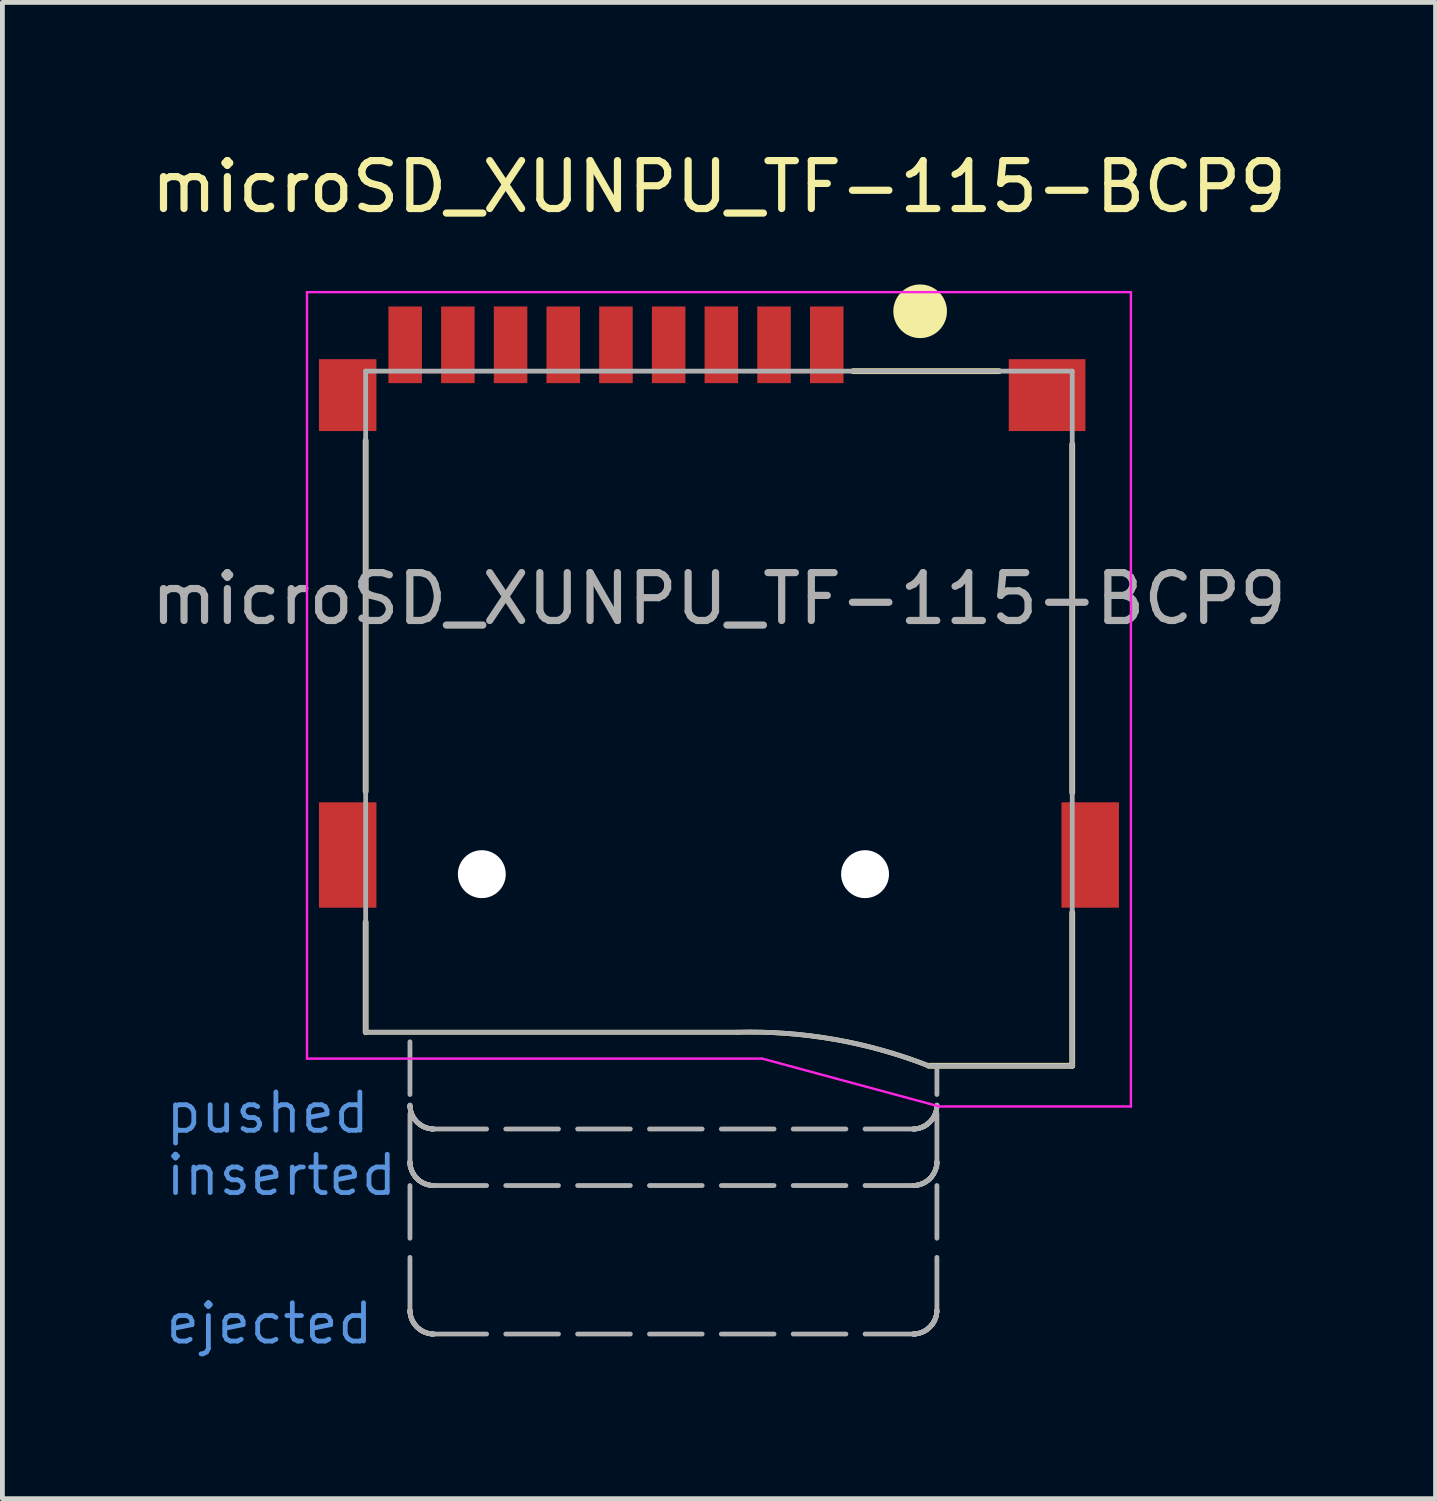
<source format=kicad_pcb>
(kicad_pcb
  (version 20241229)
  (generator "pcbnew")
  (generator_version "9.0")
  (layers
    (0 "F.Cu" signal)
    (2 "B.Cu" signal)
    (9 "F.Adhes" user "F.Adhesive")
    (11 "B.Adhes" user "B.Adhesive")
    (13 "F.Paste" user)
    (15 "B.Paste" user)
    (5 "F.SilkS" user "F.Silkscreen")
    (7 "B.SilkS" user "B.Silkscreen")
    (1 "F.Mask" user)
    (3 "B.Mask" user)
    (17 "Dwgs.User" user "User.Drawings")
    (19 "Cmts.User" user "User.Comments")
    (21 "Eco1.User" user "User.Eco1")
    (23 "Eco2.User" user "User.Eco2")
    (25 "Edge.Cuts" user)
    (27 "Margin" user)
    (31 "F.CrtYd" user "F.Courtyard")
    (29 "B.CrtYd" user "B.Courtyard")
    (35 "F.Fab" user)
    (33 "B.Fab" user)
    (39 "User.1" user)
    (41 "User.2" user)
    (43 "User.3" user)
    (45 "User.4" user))
  (footprint "microSD_XUNPU_TF-115-BCP9"
    (layer "F.Cu")
    (at 11.958 9.448)
    (property "Reference" "microSD_XUNPU_TF-115-BCP9" (at 0 -8.6 0) (unlocked yes) (layer "F.SilkS") (effects (font (size 1 1) (thickness 0.15))))
    (attr smd)
    (fp_line (start -7.375 4.025) (end -7.375 -3.3) (stroke (width 0.12) (type default)) (layer "F.SilkS"))
    (fp_line (start -7.375 9.05) (end -7.375 6.75) (stroke (width 0.12) (type default)) (layer "F.SilkS"))
    (fp_line (start -7.375 9.05) (end 0.375 9.05) (stroke (width 0.1) (type default)) (layer "F.SilkS"))
    (fp_line (start 2.8 -4.75) (end 5.85 -4.75) (stroke (width 0.12) (type default)) (layer "F.SilkS"))
    (fp_line (start 7.375 -3.225) (end 7.375 4.05) (stroke (width 0.12) (type default)) (layer "F.SilkS"))
    (fp_line (start 7.375 6.55) (end 7.375 9.75) (stroke (width 0.12) (type default)) (layer "F.SilkS"))
    (fp_line (start 7.375 9.75) (end 4.375 9.75) (stroke (width 0.12) (type default)) (layer "F.SilkS"))
    (fp_arc (start 0.375 9.05) (mid 2.47 9.21) (end 4.375 9.75) (stroke (width 0.1) (type solid)) (layer "F.SilkS"))
    (fp_circle (center 4.2 -6) (end 4.6 -6.3) (stroke (width 0.12) (type default)) (fill yes) (layer "F.SilkS"))
    (fp_line (start -8.6 -6.4) (end -8.6 9.6) (stroke (width 0.05) (type default)) (layer "F.CrtYd"))
    (fp_line (start -8.6 9.6) (end 0.9 9.6) (stroke (width 0.05) (type default)) (layer "F.CrtYd"))
    (fp_line (start 0.9 9.6) (end 4.6 10.6) (stroke (width 0.05) (type default)) (layer "F.CrtYd"))
    (fp_line (start 4.6 10.6) (end 8.6 10.6) (stroke (width 0.05) (type default)) (layer "F.CrtYd"))
    (fp_line (start 8.6 -6.4) (end -8.6 -6.4) (stroke (width 0.05) (type default)) (layer "F.CrtYd"))
    (fp_line (start 8.6 10.6) (end 8.6 -6.4) (stroke (width 0.05) (type default)) (layer "F.CrtYd"))
    (fp_line (start -7.375 -4.75) (end 7.375 -4.75) (stroke (width 0.1) (type solid)) (layer "F.Fab"))
    (fp_line (start -7.375 9.05) (end -7.375 -4.75) (stroke (width 0.1) (type solid)) (layer "F.Fab"))
    (fp_line (start -7.375 9.05) (end 0.375 9.05) (stroke (width 0.1) (type default)) (layer "F.Fab"))
    (fp_line (start -6.45 14.85) (end -6.45 9.1) (stroke (width 0.1) (type dash)) (layer "F.Fab"))
    (fp_line (start -5.95 11.07) (end 4.05 11.07) (stroke (width 0.1) (type dash)) (layer "F.Fab"))
    (fp_line (start -5.95 12.25) (end 4.05 12.25) (stroke (width 0.1) (type dash)) (layer "F.Fab"))
    (fp_line (start -5.95 15.35) (end 4.05 15.35) (stroke (width 0.1) (type dash)) (layer "F.Fab"))
    (fp_line (start 4.55 14.85) (end 4.55 9.8) (stroke (width 0.1) (type dash)) (layer "F.Fab"))
    (fp_line (start 7.375 -4.75) (end 7.375 9.75) (stroke (width 0.1) (type solid)) (layer "F.Fab"))
    (fp_line (start 7.375 9.75) (end 4.375 9.75) (stroke (width 0.1) (type default)) (layer "F.Fab"))
    (fp_arc (start -5.95 11.07) (mid -6.303553 10.923553) (end -6.45 10.57) (stroke (width 0.1) (type dash)) (layer "F.Fab"))
    (fp_arc (start -5.95 12.25) (mid -6.303553 12.103553) (end -6.45 11.75) (stroke (width 0.1) (type dash)) (layer "F.Fab"))
    (fp_arc (start -5.95 15.35) (mid -6.303553 15.203553) (end -6.45 14.85) (stroke (width 0.1) (type dash)) (layer "F.Fab"))
    (fp_arc (start 0.375 9.05) (mid 2.47 9.21) (end 4.375 9.75) (stroke (width 0.1) (type solid)) (layer "F.Fab"))
    (fp_arc (start 4.55 10.57) (mid 4.403553 10.923553) (end 4.05 11.07) (stroke (width 0.1) (type dash)) (layer "F.Fab"))
    (fp_arc (start 4.55 11.75) (mid 4.403553 12.103553) (end 4.05 12.25) (stroke (width 0.1) (type dash)) (layer "F.Fab"))
    (fp_arc (start 4.55 14.85) (mid 4.403553 15.203553) (end 4.05 15.35) (stroke (width 0.1) (type dash)) (layer "F.Fab"))
    (fp_text user "pushed" (at -11.6 11.2 0) (unlocked yes) (layer "Cmts.User") (effects (font (size 0.8 0.8) (thickness 0.1)) (justify left bottom)))
    (fp_text user "inserted" (at -11.6 12.5 0) (unlocked yes) (layer "Cmts.User") (effects (font (size 0.8 0.8) (thickness 0.1)) (justify left bottom)))
    (fp_text user "ejected" (at -11.6 15.6 0) (unlocked yes) (layer "Cmts.User") (effects (font (size 0.8 0.8) (thickness 0.1)) (justify left bottom)))
    (fp_text user "${REFERENCE}" (at 0 0 0) (unlocked yes) (layer "F.Fab") (effects (font (size 1 1) (thickness 0.15))))
    (pad "" np_thru_hole circle (at -4.95 5.75) (size 1 1) (drill 1) (layers "*.Cu" "*.Mask"))
    (pad "" np_thru_hole circle (at 3.05 5.75) (size 1 1) (drill 1) (layers "*.Cu" "*.Mask"))
    (pad "1" smd rect (at 2.25 -5.3) (size 0.7 1.6) (layers "F.Cu" "F.Mask" "F.Paste"))
    (pad "2" smd rect (at 1.15 -5.3) (size 0.7 1.6) (layers "F.Cu" "F.Mask" "F.Paste"))
    (pad "3" smd rect (at 0.05 -5.3) (size 0.7 1.6) (layers "F.Cu" "F.Mask" "F.Paste"))
    (pad "4" smd rect (at -1.05 -5.3) (size 0.7 1.6) (layers "F.Cu" "F.Mask" "F.Paste"))
    (pad "5" smd rect (at -2.15 -5.3) (size 0.7 1.6) (layers "F.Cu" "F.Mask" "F.Paste"))
    (pad "6" smd rect (at -3.25 -5.3) (size 0.7 1.6) (layers "F.Cu" "F.Mask" "F.Paste"))
    (pad "7" smd rect (at -4.35 -5.3) (size 0.7 1.6) (layers "F.Cu" "F.Mask" "F.Paste"))
    (pad "8" smd rect (at -5.45 -5.3) (size 0.7 1.6) (layers "F.Cu" "F.Mask" "F.Paste"))
    (pad "9" smd rect (at -6.55 -5.3) (size 0.7 1.6) (layers "F.Cu" "F.Mask" "F.Paste"))
    (pad "10" smd rect (at -7.75 -4.25) (size 1.2 1.5) (layers "F.Cu" "F.Mask" "F.Paste"))
    (pad "10" smd rect (at -7.75 5.35) (size 1.2 2.2) (layers "F.Cu" "F.Mask" "F.Paste"))
    (pad "10" smd rect (at 6.85 -4.25) (size 1.6 1.5) (layers "F.Cu" "F.Mask" "F.Paste"))
    (pad "10" smd rect (at 7.75 5.35) (size 1.2 2.2) (layers "F.Cu" "F.Mask" "F.Paste")))
  (gr_rect
    (start -3 -3)
    (end 26.917 28.235)
    (stroke (width 0.1) (type default))
    (fill no)
    (layer "Edge.Cuts")))
</source>
